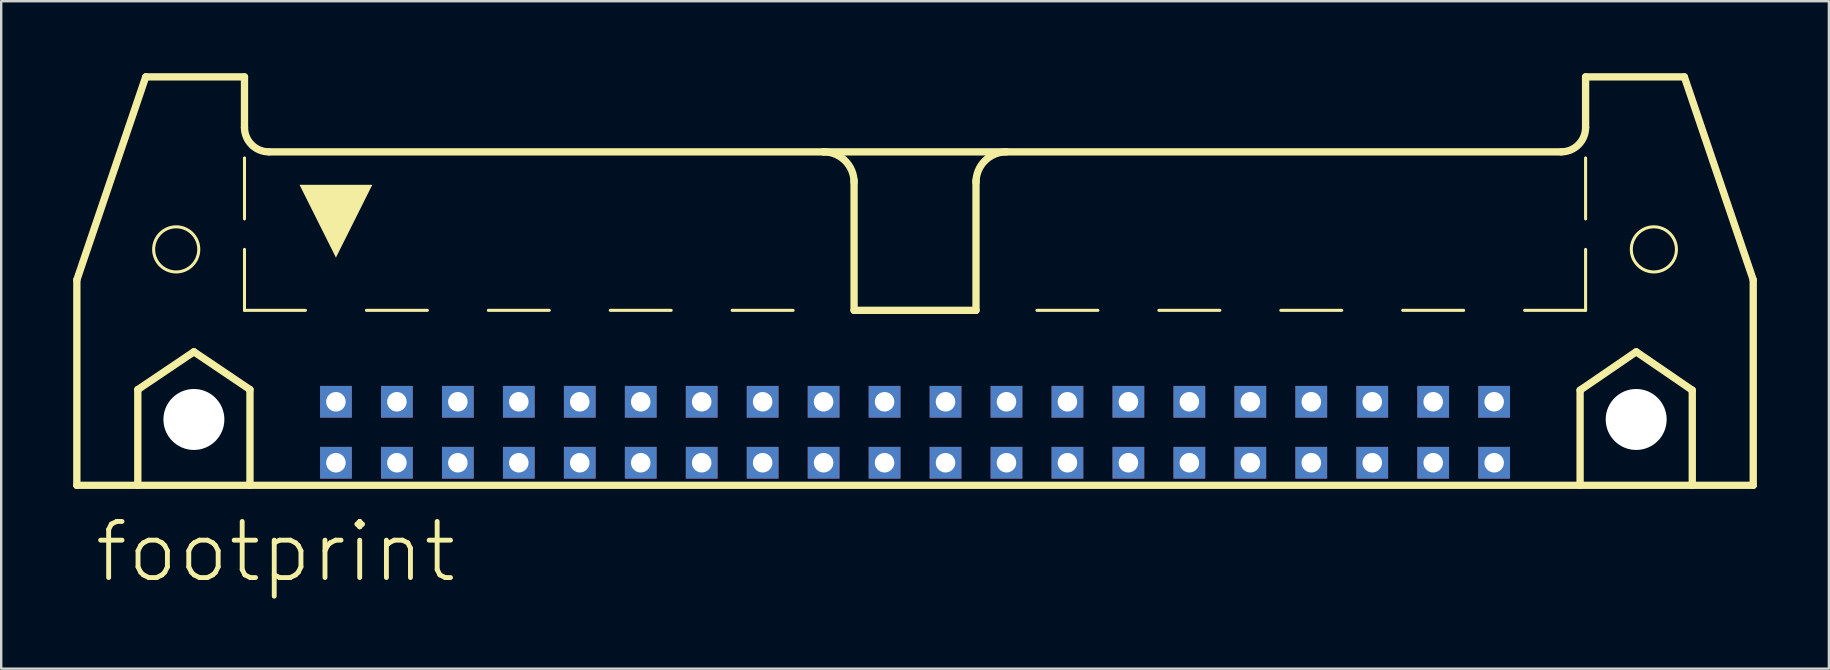
<source format=kicad_pcb>
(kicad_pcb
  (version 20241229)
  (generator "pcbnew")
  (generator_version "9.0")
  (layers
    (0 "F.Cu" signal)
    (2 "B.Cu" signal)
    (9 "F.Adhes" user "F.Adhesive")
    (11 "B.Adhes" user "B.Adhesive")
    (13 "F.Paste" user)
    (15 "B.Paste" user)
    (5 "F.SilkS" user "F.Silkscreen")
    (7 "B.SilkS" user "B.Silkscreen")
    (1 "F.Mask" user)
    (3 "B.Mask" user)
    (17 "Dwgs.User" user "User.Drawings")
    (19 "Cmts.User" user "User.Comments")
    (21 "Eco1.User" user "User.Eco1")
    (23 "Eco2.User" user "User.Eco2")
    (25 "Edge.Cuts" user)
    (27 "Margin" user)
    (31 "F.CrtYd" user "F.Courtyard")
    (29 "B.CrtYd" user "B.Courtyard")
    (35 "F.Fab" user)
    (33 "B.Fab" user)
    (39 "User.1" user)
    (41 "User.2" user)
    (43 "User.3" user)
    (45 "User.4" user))
  (footprint "footprint"
    (layer "F.Cu")
    (at 35.077 11.151)
    (property "Reference" "footprint" (at -34.29 10.16 0) (layer "F.SilkS") (effects (font (size 2.337 2.337) (thickness 0.203)) (justify left bottom)))
    (fp_line (start -34.925 -2.54) (end -34.925 6.02) (stroke (width 0.305) (type solid)) (layer "F.SilkS"))
    (fp_line (start -34.925 -2.54) (end -32.055 -10.998) (stroke (width 0.305) (type solid)) (layer "F.SilkS"))
    (fp_line (start -34.925 6.02) (end -32.385 6.02) (stroke (width 0.305) (type solid)) (layer "F.SilkS"))
    (fp_line (start -32.385 2.032) (end -30.048 0.457) (stroke (width 0.305) (type solid)) (layer "F.SilkS"))
    (fp_line (start -32.385 6.02) (end -32.385 2.032) (stroke (width 0.305) (type solid)) (layer "F.SilkS"))
    (fp_line (start -32.385 6.02) (end -27.711 6.02) (stroke (width 0.305) (type solid)) (layer "F.SilkS"))
    (fp_line (start -30.048 0.457) (end -27.711 2.032) (stroke (width 0.305) (type solid)) (layer "F.SilkS"))
    (fp_line (start -27.94 -10.998) (end -32.055 -10.998) (stroke (width 0.305) (type solid)) (layer "F.SilkS"))
    (fp_line (start -27.94 -8.89) (end -27.94 -10.998) (stroke (width 0.305) (type solid)) (layer "F.SilkS"))
    (fp_line (start -27.94 -5.08) (end -27.94 -7.62) (stroke (width 0.127) (type solid)) (layer "F.SilkS"))
    (fp_line (start -27.94 -1.27) (end -27.94 -3.81) (stroke (width 0.127) (type solid)) (layer "F.SilkS"))
    (fp_line (start -27.94 -1.27) (end -25.4 -1.27) (stroke (width 0.127) (type solid)) (layer "F.SilkS"))
    (fp_line (start -27.711 2.032) (end -27.711 6.02) (stroke (width 0.305) (type solid)) (layer "F.SilkS"))
    (fp_line (start -27.711 6.02) (end 27.711 6.02) (stroke (width 0.305) (type solid)) (layer "F.SilkS"))
    (fp_line (start -22.86 -1.27) (end -20.32 -1.27) (stroke (width 0.127) (type solid)) (layer "F.SilkS"))
    (fp_line (start -17.78 -1.27) (end -15.24 -1.27) (stroke (width 0.127) (type solid)) (layer "F.SilkS"))
    (fp_line (start -12.7 -1.27) (end -10.16 -1.27) (stroke (width 0.127) (type solid)) (layer "F.SilkS"))
    (fp_line (start -7.62 -1.27) (end -5.08 -1.27) (stroke (width 0.127) (type solid)) (layer "F.SilkS"))
    (fp_line (start -3.81 -7.874) (end -26.924 -7.874) (stroke (width 0.305) (type solid)) (layer "F.SilkS"))
    (fp_line (start -3.81 -7.874) (end 26.924 -7.874) (stroke (width 0.305) (type solid)) (layer "F.SilkS"))
    (fp_line (start -2.54 -1.27) (end -2.54 -6.68) (stroke (width 0.305) (type solid)) (layer "F.SilkS"))
    (fp_line (start 0 -1.27) (end 2.54 -1.27) (stroke (width 0.127) (type solid)) (layer "F.SilkS"))
    (fp_line (start 2.54 -1.27) (end -2.54 -1.27) (stroke (width 0.305) (type solid)) (layer "F.SilkS"))
    (fp_line (start 2.54 -1.27) (end 2.54 -6.68) (stroke (width 0.305) (type solid)) (layer "F.SilkS"))
    (fp_line (start 7.62 -1.27) (end 5.08 -1.27) (stroke (width 0.127) (type solid)) (layer "F.SilkS"))
    (fp_line (start 12.7 -1.27) (end 10.16 -1.27) (stroke (width 0.127) (type solid)) (layer "F.SilkS"))
    (fp_line (start 17.78 -1.27) (end 15.24 -1.27) (stroke (width 0.127) (type solid)) (layer "F.SilkS"))
    (fp_line (start 22.86 -1.27) (end 20.32 -1.27) (stroke (width 0.127) (type solid)) (layer "F.SilkS"))
    (fp_line (start 27.711 2.057) (end 30.048 0.457) (stroke (width 0.305) (type solid)) (layer "F.SilkS"))
    (fp_line (start 27.711 6.02) (end 27.711 2.057) (stroke (width 0.305) (type solid)) (layer "F.SilkS"))
    (fp_line (start 27.711 6.02) (end 32.385 6.02) (stroke (width 0.305) (type solid)) (layer "F.SilkS"))
    (fp_line (start 27.94 -10.998) (end 32.055 -10.998) (stroke (width 0.305) (type solid)) (layer "F.SilkS"))
    (fp_line (start 27.94 -8.89) (end 27.94 -10.998) (stroke (width 0.305) (type solid)) (layer "F.SilkS"))
    (fp_line (start 27.94 -5.08) (end 27.94 -7.62) (stroke (width 0.127) (type solid)) (layer "F.SilkS"))
    (fp_line (start 27.94 -1.27) (end 25.4 -1.27) (stroke (width 0.127) (type solid)) (layer "F.SilkS"))
    (fp_line (start 27.94 -1.27) (end 27.94 -3.81) (stroke (width 0.127) (type solid)) (layer "F.SilkS"))
    (fp_line (start 30.048 0.457) (end 32.385 2.057) (stroke (width 0.305) (type solid)) (layer "F.SilkS"))
    (fp_line (start 32.385 2.057) (end 32.385 6.02) (stroke (width 0.305) (type solid)) (layer "F.SilkS"))
    (fp_line (start 32.385 6.02) (end 34.925 6.02) (stroke (width 0.305) (type solid)) (layer "F.SilkS"))
    (fp_line (start 34.925 -2.54) (end 32.055 -10.998) (stroke (width 0.305) (type solid)) (layer "F.SilkS"))
    (fp_line (start 34.925 6.02) (end 34.925 -2.54) (stroke (width 0.305) (type solid)) (layer "F.SilkS"))
    (fp_arc (start -26.924 -7.874) (mid -27.64242 -8.17158) (end -27.94 -8.89) (stroke (width 0.3048) (type solid)) (layer "F.SilkS"))
    (fp_arc (start -3.81 -7.874) (mid -2.911974 -7.502026) (end -2.54 -6.604) (stroke (width 0.3048) (type solid)) (layer "F.SilkS"))
    (fp_arc (start 2.54 -6.604) (mid 2.911974 -7.502026) (end 3.81 -7.874) (stroke (width 0.3048) (type solid)) (layer "F.SilkS"))
    (fp_arc (start 27.94 -8.89) (mid 27.64242 -8.17158) (end 26.924 -7.874) (stroke (width 0.3048) (type solid)) (layer "F.SilkS"))
    (fp_circle (center -30.785 -3.81) (end -29.845 -3.81) (stroke (width 0.127) (type solid)) (fill no) (layer "F.SilkS"))
    (fp_circle (center 30.785 -3.81) (end 31.725 -3.81) (stroke (width 0.127) (type solid)) (fill no) (layer "F.SilkS"))
    (fp_poly (pts (xy -24.13 -3.469) (xy -25.647 -6.502) (xy -22.613 -6.502)) (stroke (width 0) (type solid)) (fill yes) (layer "F.SilkS"))
    (pad "" np_thru_hole circle (at -30.048 3.277) (size 2.54 2.54) (drill 2.54) (layers "*.Cu" "*.Mask"))
    (pad "" np_thru_hole circle (at 30.048 3.277) (size 2.54 2.54) (drill 2.54) (layers "*.Cu" "*.Mask"))
    (pad "1" thru_hole rect (at -24.13 5.08) (size 1.321 1.321) (drill 0.813) (layers "*.Cu" "*.Mask"))
    (pad "2" thru_hole rect (at -24.13 2.54) (size 1.321 1.321) (drill 0.813) (layers "*.Cu" "*.Mask"))
    (pad "3" thru_hole rect (at -21.59 5.08) (size 1.321 1.321) (drill 0.813) (layers "*.Cu" "*.Mask"))
    (pad "4" thru_hole rect (at -21.59 2.54) (size 1.321 1.321) (drill 0.813) (layers "*.Cu" "*.Mask"))
    (pad "5" thru_hole rect (at -19.05 5.08) (size 1.321 1.321) (drill 0.813) (layers "*.Cu" "*.Mask"))
    (pad "6" thru_hole rect (at -19.05 2.54) (size 1.321 1.321) (drill 0.813) (layers "*.Cu" "*.Mask"))
    (pad "7" thru_hole rect (at -16.51 5.08) (size 1.321 1.321) (drill 0.813) (layers "*.Cu" "*.Mask"))
    (pad "8" thru_hole rect (at -16.51 2.54) (size 1.321 1.321) (drill 0.813) (layers "*.Cu" "*.Mask"))
    (pad "9" thru_hole rect (at -13.97 5.08) (size 1.321 1.321) (drill 0.813) (layers "*.Cu" "*.Mask"))
    (pad "10" thru_hole rect (at -13.97 2.54) (size 1.321 1.321) (drill 0.813) (layers "*.Cu" "*.Mask"))
    (pad "11" thru_hole rect (at -11.43 5.08) (size 1.321 1.321) (drill 0.813) (layers "*.Cu" "*.Mask"))
    (pad "12" thru_hole rect (at -11.43 2.54) (size 1.321 1.321) (drill 0.813) (layers "*.Cu" "*.Mask"))
    (pad "13" thru_hole rect (at -8.89 5.08) (size 1.321 1.321) (drill 0.813) (layers "*.Cu" "*.Mask"))
    (pad "14" thru_hole rect (at -8.89 2.54) (size 1.321 1.321) (drill 0.813) (layers "*.Cu" "*.Mask"))
    (pad "15" thru_hole rect (at -6.35 5.08) (size 1.321 1.321) (drill 0.813) (layers "*.Cu" "*.Mask"))
    (pad "16" thru_hole rect (at -6.35 2.54) (size 1.321 1.321) (drill 0.813) (layers "*.Cu" "*.Mask"))
    (pad "17" thru_hole rect (at -3.81 5.08) (size 1.321 1.321) (drill 0.813) (layers "*.Cu" "*.Mask"))
    (pad "18" thru_hole rect (at -3.81 2.54) (size 1.321 1.321) (drill 0.813) (layers "*.Cu" "*.Mask"))
    (pad "19" thru_hole rect (at -1.27 5.08) (size 1.321 1.321) (drill 0.813) (layers "*.Cu" "*.Mask"))
    (pad "20" thru_hole rect (at -1.27 2.54) (size 1.321 1.321) (drill 0.813) (layers "*.Cu" "*.Mask"))
    (pad "21" thru_hole rect (at 1.27 5.08) (size 1.321 1.321) (drill 0.813) (layers "*.Cu" "*.Mask"))
    (pad "22" thru_hole rect (at 1.27 2.54) (size 1.321 1.321) (drill 0.813) (layers "*.Cu" "*.Mask"))
    (pad "23" thru_hole rect (at 3.81 5.08) (size 1.321 1.321) (drill 0.813) (layers "*.Cu" "*.Mask"))
    (pad "24" thru_hole rect (at 3.81 2.54) (size 1.321 1.321) (drill 0.813) (layers "*.Cu" "*.Mask"))
    (pad "25" thru_hole rect (at 6.35 5.08) (size 1.321 1.321) (drill 0.813) (layers "*.Cu" "*.Mask"))
    (pad "26" thru_hole rect (at 6.35 2.54) (size 1.321 1.321) (drill 0.813) (layers "*.Cu" "*.Mask"))
    (pad "27" thru_hole rect (at 8.89 5.08) (size 1.321 1.321) (drill 0.813) (layers "*.Cu" "*.Mask"))
    (pad "28" thru_hole rect (at 8.89 2.54) (size 1.321 1.321) (drill 0.813) (layers "*.Cu" "*.Mask"))
    (pad "29" thru_hole rect (at 11.43 5.08) (size 1.321 1.321) (drill 0.813) (layers "*.Cu" "*.Mask"))
    (pad "30" thru_hole rect (at 11.43 2.54) (size 1.321 1.321) (drill 0.813) (layers "*.Cu" "*.Mask"))
    (pad "31" thru_hole rect (at 13.97 5.08) (size 1.321 1.321) (drill 0.813) (layers "*.Cu" "*.Mask"))
    (pad "32" thru_hole rect (at 13.97 2.54) (size 1.321 1.321) (drill 0.813) (layers "*.Cu" "*.Mask"))
    (pad "33" thru_hole rect (at 16.51 5.08) (size 1.321 1.321) (drill 0.813) (layers "*.Cu" "*.Mask"))
    (pad "34" thru_hole rect (at 16.51 2.54) (size 1.321 1.321) (drill 0.813) (layers "*.Cu" "*.Mask"))
    (pad "35" thru_hole rect (at 19.05 5.08) (size 1.321 1.321) (drill 0.813) (layers "*.Cu" "*.Mask"))
    (pad "36" thru_hole rect (at 19.05 2.54) (size 1.321 1.321) (drill 0.813) (layers "*.Cu" "*.Mask"))
    (pad "37" thru_hole rect (at 21.59 5.08) (size 1.321 1.321) (drill 0.813) (layers "*.Cu" "*.Mask"))
    (pad "38" thru_hole rect (at 21.59 2.54) (size 1.321 1.321) (drill 0.813) (layers "*.Cu" "*.Mask"))
    (pad "39" thru_hole rect (at 24.13 5.08) (size 1.321 1.321) (drill 0.813) (layers "*.Cu" "*.Mask"))
    (pad "40" thru_hole rect (at 24.13 2.54) (size 1.321 1.321) (drill 0.813) (layers "*.Cu" "*.Mask"))
    (zone (net_name "") (layer "B.Cu") (hatch edge 0.508) (connect_pads) (min_thickness 0.254) (filled_areas_thickness no) (keepout (tracks not_allowed) (vias not_allowed) (pads not_allowed) (copperpour not_allowed) (footprints allowed)) (placement (enabled no)) (fill) (polygon (pts (xy 7.595 14.427) (xy 7.556 13.982) (xy 7.44 13.55) (xy 7.251 13.145) (xy 6.994 12.778) (xy 6.678 12.462) (xy 6.312 12.205) (xy 5.907 12.017) (xy 5.475 11.901) (xy 5.029 11.862) (xy 4.584 11.901) (xy 4.152 12.017) (xy 3.747 12.205) (xy 3.38 12.462) (xy 3.064 12.778) (xy 2.807 13.145) (xy 2.619 13.55) (xy 2.503 13.982) (xy 2.464 14.427) (xy 2.503 14.873) (xy 2.619 15.305) (xy 2.807 15.71) (xy 3.064 16.076) (xy 3.38 16.392) (xy 3.747 16.649) (xy 4.152 16.838) (xy 4.584 16.954) (xy 5.029 16.993) (xy 5.475 16.954) (xy 5.907 16.838) (xy 6.312 16.649) (xy 6.678 16.392) (xy 6.994 16.076) (xy 7.251 15.71) (xy 7.44 15.305) (xy 7.556 14.873))) (polygon (pts (xy 6.325 14.427) (xy 6.305 14.202) (xy 6.246 13.984) (xy 6.151 13.78) (xy 6.022 13.595) (xy 5.862 13.435) (xy 5.677 13.305) (xy 5.472 13.21) (xy 5.254 13.151) (xy 5.029 13.132) (xy 4.804 13.151) (xy 4.586 13.21) (xy 4.381 13.305) (xy 4.197 13.435) (xy 4.037 13.595) (xy 3.907 13.78) (xy 3.812 13.984) (xy 3.753 14.202) (xy 3.734 14.427) (xy 3.753 14.652) (xy 3.812 14.87) (xy 3.907 15.075) (xy 4.037 15.26) (xy 4.197 15.42) (xy 4.381 15.549) (xy 4.586 15.644) (xy 4.804 15.703) (xy 5.029 15.723) (xy 5.254 15.703) (xy 5.472 15.644) (xy 5.677 15.549) (xy 5.862 15.42) (xy 6.022 15.26) (xy 6.151 15.075) (xy 6.246 14.87) (xy 6.305 14.652))))
    (zone (net_name "") (layer "B.Cu") (hatch edge 0.508) (connect_pads) (min_thickness 0.254) (filled_areas_thickness no) (keepout (tracks not_allowed) (vias not_allowed) (pads not_allowed) (copperpour not_allowed) (footprints allowed)) (placement (enabled no)) (fill) (polygon (pts (xy 67.691 14.427) (xy 67.652 13.982) (xy 67.536 13.55) (xy 67.347 13.145) (xy 67.091 12.778) (xy 66.775 12.462) (xy 66.408 12.205) (xy 66.003 12.017) (xy 65.571 11.901) (xy 65.126 11.862) (xy 64.68 11.901) (xy 64.248 12.017) (xy 63.843 12.205) (xy 63.477 12.462) (xy 63.16 12.778) (xy 62.904 13.145) (xy 62.715 13.55) (xy 62.599 13.982) (xy 62.56 14.427) (xy 62.599 14.873) (xy 62.715 15.305) (xy 62.904 15.71) (xy 63.16 16.076) (xy 63.477 16.392) (xy 63.843 16.649) (xy 64.248 16.838) (xy 64.68 16.954) (xy 65.126 16.993) (xy 65.571 16.954) (xy 66.003 16.838) (xy 66.408 16.649) (xy 66.775 16.392) (xy 67.091 16.076) (xy 67.347 15.71) (xy 67.536 15.305) (xy 67.652 14.873))) (polygon (pts (xy 66.421 14.427) (xy 66.401 14.202) (xy 66.343 13.984) (xy 66.247 13.78) (xy 66.118 13.595) (xy 65.958 13.435) (xy 65.773 13.305) (xy 65.569 13.21) (xy 65.351 13.151) (xy 65.126 13.132) (xy 64.901 13.151) (xy 64.683 13.21) (xy 64.478 13.305) (xy 64.293 13.435) (xy 64.133 13.595) (xy 64.004 13.78) (xy 63.908 13.984) (xy 63.85 14.202) (xy 63.83 14.427) (xy 63.85 14.652) (xy 63.908 14.87) (xy 64.004 15.075) (xy 64.133 15.26) (xy 64.293 15.42) (xy 64.478 15.549) (xy 64.683 15.644) (xy 64.901 15.703) (xy 65.126 15.723) (xy 65.351 15.703) (xy 65.569 15.644) (xy 65.773 15.549) (xy 65.958 15.42) (xy 66.118 15.26) (xy 66.247 15.075) (xy 66.343 14.87) (xy 66.401 14.652)))))
  (gr_rect
    (start -3 -3)
    (end 73.155 24.811)
    (stroke (width 0.1) (type default))
    (fill no)
    (layer "Edge.Cuts")))
</source>
